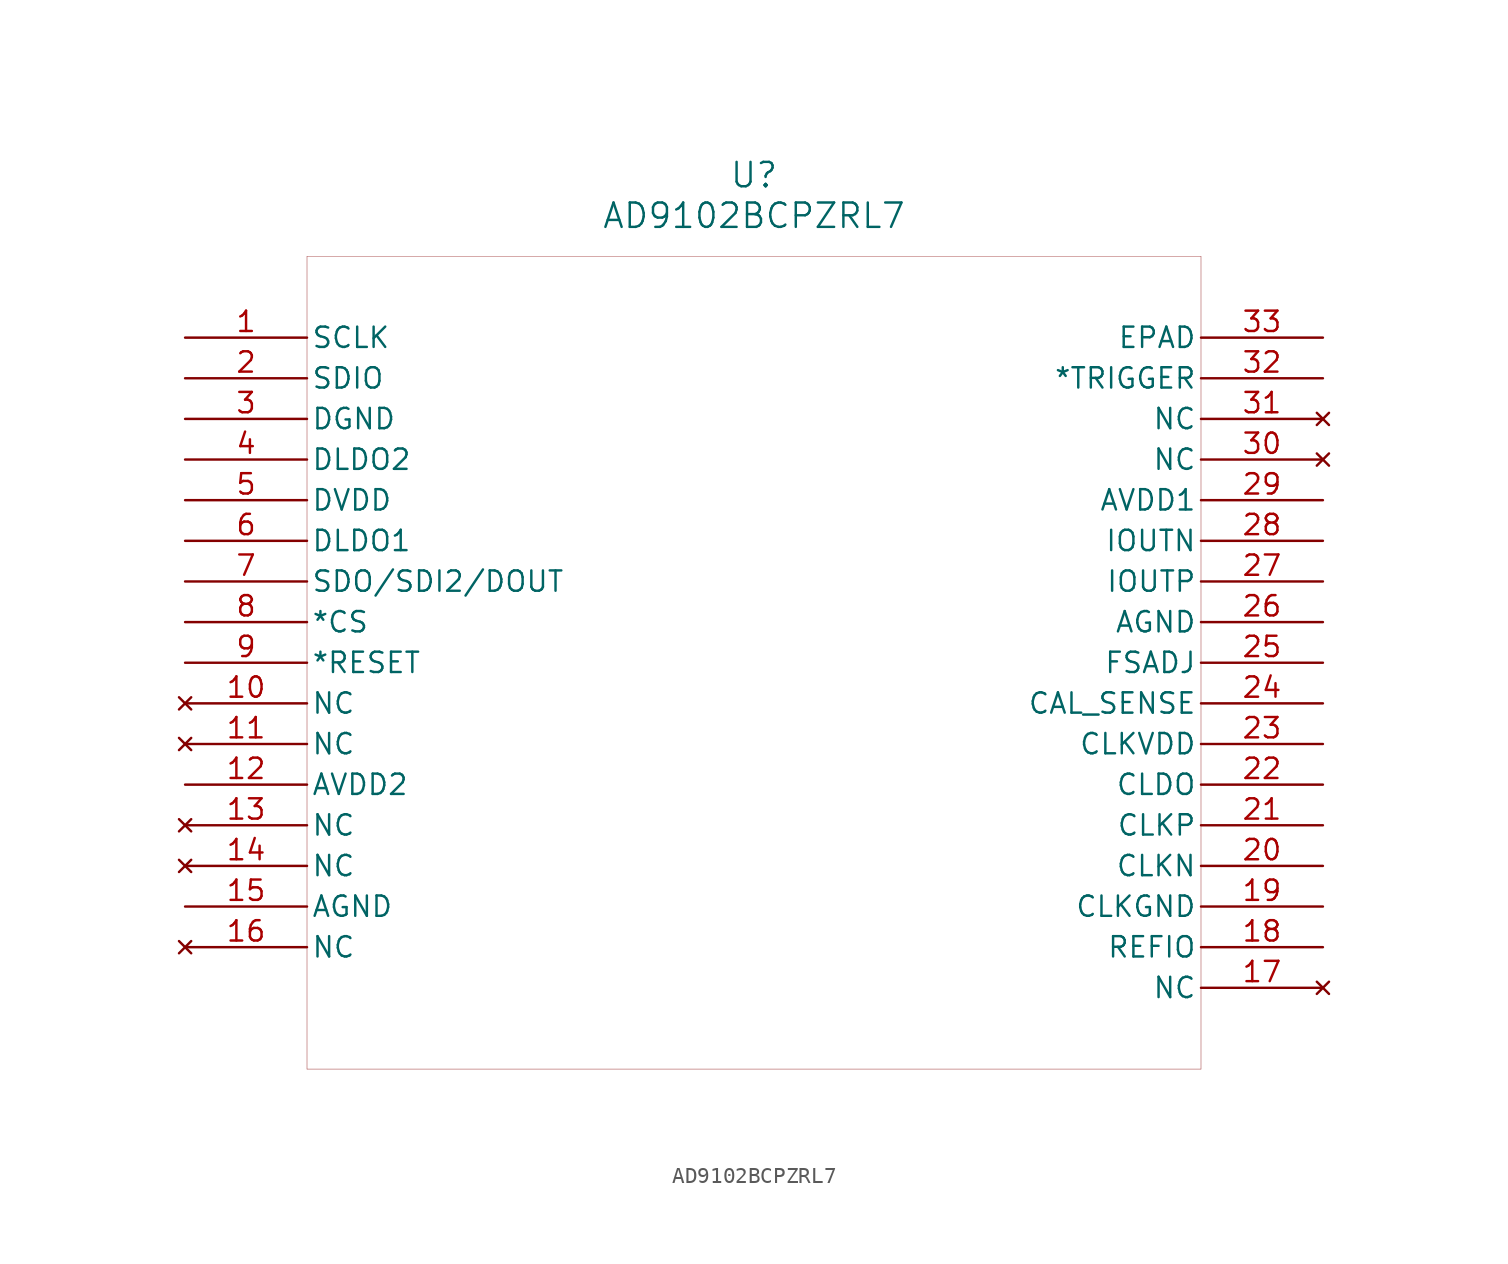
<source format=kicad_sym>
(kicad_symbol_lib
  (version 20231120)
  (generator "kicad_symbol_editor")
  (generator_version "8.0")
  (symbol "AD9102BCPZRL7"
    (pin_names
      (offset 0.254))
    (property "Reference" "U"
      (at 35.56 10.16 0)
      (effects (font (size 1.524 1.524))))
    (property "Value" "AD9102BCPZRL7"
      (at 35.56 7.62 0)
      (effects (font (size 1.524 1.524))))
    (property "ki_locked" ""
      (at 0 0 0)
      (effects (font (size 1.27 1.27))))
    (symbol "AD9102BCPZRL7_0_1"
      (polyline (pts (xy 7.62 -45.72) (xy 63.5 -45.72)) (stroke (width 0.025) (type default)) (fill (type none)))
      (polyline (pts (xy 7.62 5.08) (xy 7.62 -45.72)) (stroke (width 0.025) (type default)) (fill (type none)))
      (polyline (pts (xy 63.5 -45.72) (xy 63.5 5.08)) (stroke (width 0.025) (type default)) (fill (type none)))
      (polyline (pts (xy 63.5 5.08) (xy 7.62 5.08)) (stroke (width 0.025) (type default)) (fill (type none)))
      (pin input line (at 0 0 0) (length 7.62) (name "SCLK" (effects (font (size 1.27 1.27)))) (number "1" (effects (font (size 1.27 1.27)))))
      (pin no_connect line (at 0 -22.86 0) (length 7.62) (name "NC" (effects (font (size 1.27 1.27)))) (number "10" (effects (font (size 1.27 1.27)))))
      (pin no_connect line (at 0 -25.4 0) (length 7.62) (name "NC" (effects (font (size 1.27 1.27)))) (number "11" (effects (font (size 1.27 1.27)))))
      (pin power_in line (at 0 -27.94 0) (length 7.62) (name "AVDD2" (effects (font (size 1.27 1.27)))) (number "12" (effects (font (size 1.27 1.27)))))
      (pin no_connect line (at 0 -30.48 0) (length 7.62) (name "NC" (effects (font (size 1.27 1.27)))) (number "13" (effects (font (size 1.27 1.27)))))
      (pin no_connect line (at 0 -33.02 0) (length 7.62) (name "NC" (effects (font (size 1.27 1.27)))) (number "14" (effects (font (size 1.27 1.27)))))
      (pin power_out line (at 0 -35.56 0) (length 7.62) (name "AGND" (effects (font (size 1.27 1.27)))) (number "15" (effects (font (size 1.27 1.27)))))
      (pin no_connect line (at 0 -38.1 0) (length 7.62) (name "NC" (effects (font (size 1.27 1.27)))) (number "16" (effects (font (size 1.27 1.27)))))
      (pin no_connect line (at 71.12 -40.64 180) (length 7.62) (name "NC" (effects (font (size 1.27 1.27)))) (number "17" (effects (font (size 1.27 1.27)))))
      (pin bidirectional line (at 71.12 -38.1 180) (length 7.62) (name "REFIO" (effects (font (size 1.27 1.27)))) (number "18" (effects (font (size 1.27 1.27)))))
      (pin power_out line (at 71.12 -35.56 180) (length 7.62) (name "CLKGND" (effects (font (size 1.27 1.27)))) (number "19" (effects (font (size 1.27 1.27)))))
      (pin bidirectional line (at 0 -2.54 0) (length 7.62) (name "SDIO" (effects (font (size 1.27 1.27)))) (number "2" (effects (font (size 1.27 1.27)))))
      (pin input line (at 71.12 -33.02 180) (length 7.62) (name "CLKN" (effects (font (size 1.27 1.27)))) (number "20" (effects (font (size 1.27 1.27)))))
      (pin input line (at 71.12 -30.48 180) (length 7.62) (name "CLKP" (effects (font (size 1.27 1.27)))) (number "21" (effects (font (size 1.27 1.27)))))
      (pin power_in line (at 71.12 -27.94 180) (length 7.62) (name "CLDO" (effects (font (size 1.27 1.27)))) (number "22" (effects (font (size 1.27 1.27)))))
      (pin power_in line (at 71.12 -25.4 180) (length 7.62) (name "CLKVDD" (effects (font (size 1.27 1.27)))) (number "23" (effects (font (size 1.27 1.27)))))
      (pin input line (at 71.12 -22.86 180) (length 7.62) (name "CAL_SENSE" (effects (font (size 1.27 1.27)))) (number "24" (effects (font (size 1.27 1.27)))))
      (pin output line (at 71.12 -20.32 180) (length 7.62) (name "FSADJ" (effects (font (size 1.27 1.27)))) (number "25" (effects (font (size 1.27 1.27)))))
      (pin power_out line (at 71.12 -17.78 180) (length 7.62) (name "AGND" (effects (font (size 1.27 1.27)))) (number "26" (effects (font (size 1.27 1.27)))))
      (pin output line (at 71.12 -15.24 180) (length 7.62) (name "IOUTP" (effects (font (size 1.27 1.27)))) (number "27" (effects (font (size 1.27 1.27)))))
      (pin output line (at 71.12 -12.7 180) (length 7.62) (name "IOUTN" (effects (font (size 1.27 1.27)))) (number "28" (effects (font (size 1.27 1.27)))))
      (pin power_in line (at 71.12 -10.16 180) (length 7.62) (name "AVDD1" (effects (font (size 1.27 1.27)))) (number "29" (effects (font (size 1.27 1.27)))))
      (pin power_out line (at 0 -5.08 0) (length 7.62) (name "DGND" (effects (font (size 1.27 1.27)))) (number "3" (effects (font (size 1.27 1.27)))))
      (pin no_connect line (at 71.12 -7.62 180) (length 7.62) (name "NC" (effects (font (size 1.27 1.27)))) (number "30" (effects (font (size 1.27 1.27)))))
      (pin no_connect line (at 71.12 -5.08 180) (length 7.62) (name "NC" (effects (font (size 1.27 1.27)))) (number "31" (effects (font (size 1.27 1.27)))))
      (pin input line (at 71.12 -2.54 180) (length 7.62) (name "*TRIGGER" (effects (font (size 1.27 1.27)))) (number "32" (effects (font (size 1.27 1.27)))))
      (pin power_out line (at 71.12 0 180) (length 7.62) (name "EPAD" (effects (font (size 1.27 1.27)))) (number "33" (effects (font (size 1.27 1.27)))))
      (pin power_in line (at 0 -7.62 0) (length 7.62) (name "DLDO2" (effects (font (size 1.27 1.27)))) (number "4" (effects (font (size 1.27 1.27)))))
      (pin power_in line (at 0 -10.16 0) (length 7.62) (name "DVDD" (effects (font (size 1.27 1.27)))) (number "5" (effects (font (size 1.27 1.27)))))
      (pin power_in line (at 0 -12.7 0) (length 7.62) (name "DLDO1" (effects (font (size 1.27 1.27)))) (number "6" (effects (font (size 1.27 1.27)))))
      (pin bidirectional line (at 0 -15.24 0) (length 7.62) (name "SDO/SDI2/DOUT" (effects (font (size 1.27 1.27)))) (number "7" (effects (font (size 1.27 1.27)))))
      (pin unspecified line (at 0 -17.78 0) (length 7.62) (name "*CS" (effects (font (size 1.27 1.27)))) (number "8" (effects (font (size 1.27 1.27)))))
      (pin unspecified line (at 0 -20.32 0) (length 7.62) (name "*RESET" (effects (font (size 1.27 1.27)))) (number "9" (effects (font (size 1.27 1.27))))))))
</source>
